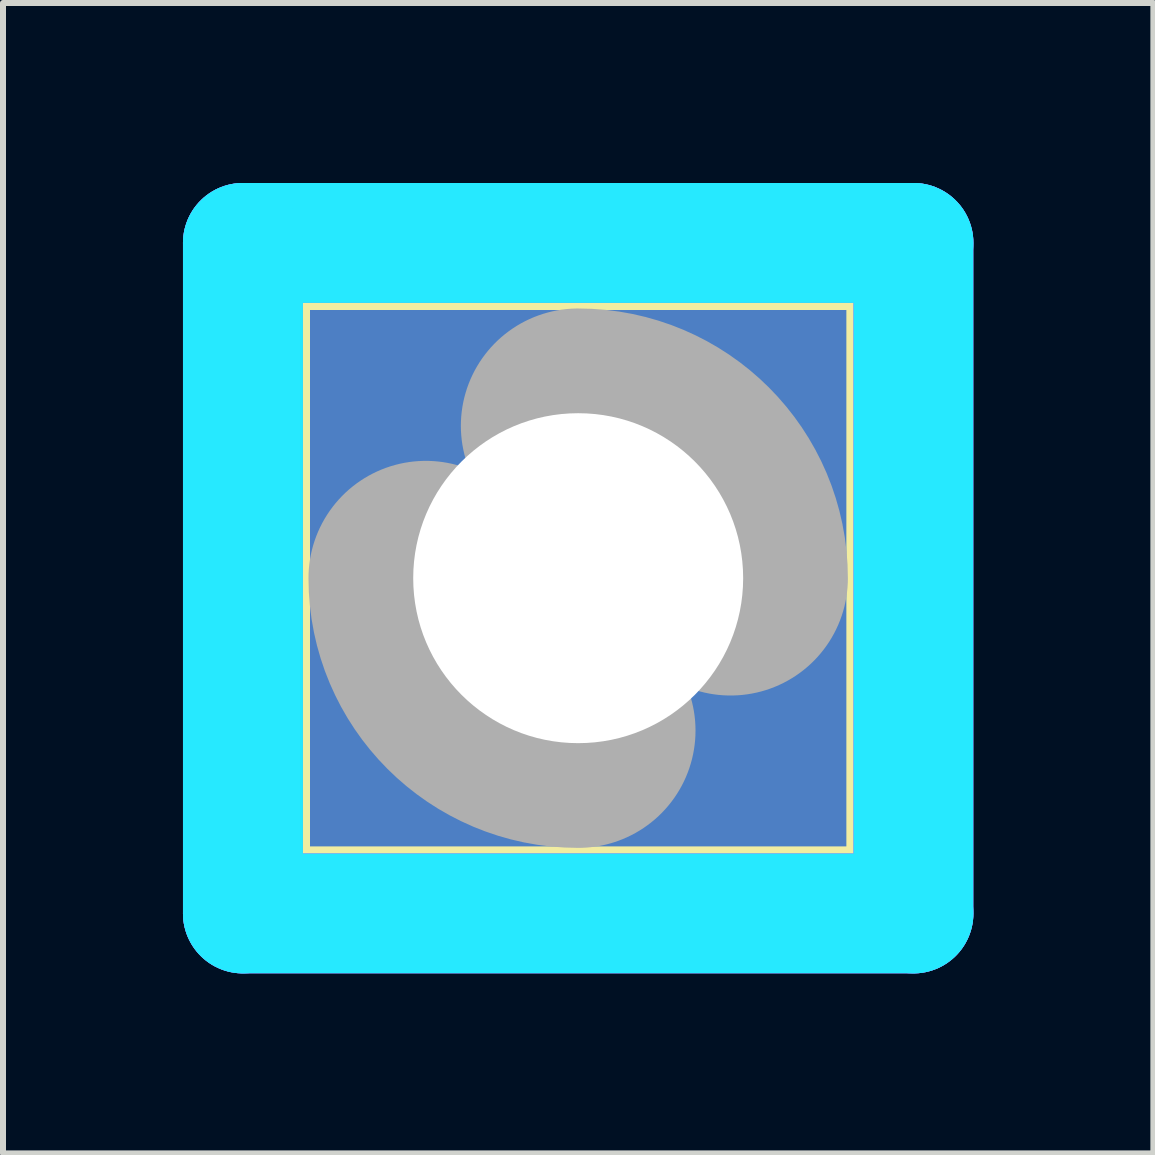
<source format=kicad_pcb>
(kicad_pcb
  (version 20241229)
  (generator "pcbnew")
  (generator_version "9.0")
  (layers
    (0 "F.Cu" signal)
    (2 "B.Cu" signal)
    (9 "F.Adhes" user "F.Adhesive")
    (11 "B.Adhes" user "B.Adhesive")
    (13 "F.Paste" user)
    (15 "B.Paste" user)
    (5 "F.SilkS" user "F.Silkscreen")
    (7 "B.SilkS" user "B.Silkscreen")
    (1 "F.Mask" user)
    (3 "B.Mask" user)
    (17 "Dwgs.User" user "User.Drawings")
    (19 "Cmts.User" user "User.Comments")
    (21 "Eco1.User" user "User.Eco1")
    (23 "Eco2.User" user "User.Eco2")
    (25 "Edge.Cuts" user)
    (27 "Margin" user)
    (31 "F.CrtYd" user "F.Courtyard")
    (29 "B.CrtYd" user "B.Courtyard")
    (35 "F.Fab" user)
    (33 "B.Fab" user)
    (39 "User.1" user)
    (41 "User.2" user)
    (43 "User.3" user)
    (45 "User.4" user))
  (footprint "footprint"
    (layer "F.Cu")
    (at 6.588 6.588)
    (property "Reference" "footprint" (at 0 0 0) (layer "F.SilkS") (effects (font (size 1.27 1.27) (thickness 0.15))))
    (fp_line (start -4.572 -4.572) (end 4.572 -4.572) (stroke (width 0.203) (type solid)) (layer "F.SilkS"))
    (fp_line (start -4.572 4.572) (end -4.572 -4.572) (stroke (width 0.203) (type solid)) (layer "F.SilkS"))
    (fp_line (start 4.572 -4.572) (end 4.572 4.572) (stroke (width 0.203) (type solid)) (layer "F.SilkS"))
    (fp_line (start 4.572 4.572) (end -4.572 4.572) (stroke (width 0.203) (type solid)) (layer "F.SilkS"))
    (fp_line (start -5.588 -5.588) (end 5.588 -5.588) (stroke (width 2) (type solid)) (layer "B.CrtYd"))
    (fp_line (start -5.588 5.588) (end -5.588 -5.588) (stroke (width 2) (type solid)) (layer "B.CrtYd"))
    (fp_line (start 5.588 -5.588) (end 5.588 5.588) (stroke (width 2) (type solid)) (layer "B.CrtYd"))
    (fp_line (start 5.588 5.588) (end -5.588 5.588) (stroke (width 2) (type solid)) (layer "B.CrtYd"))
    (fp_line (start -5.588 -5.588) (end 5.588 -5.588) (stroke (width 2) (type solid)) (layer "F.CrtYd"))
    (fp_line (start -5.588 5.588) (end -5.588 -5.588) (stroke (width 2) (type solid)) (layer "F.CrtYd"))
    (fp_line (start 5.588 -5.588) (end 5.588 5.588) (stroke (width 2) (type solid)) (layer "F.CrtYd"))
    (fp_line (start 5.588 5.588) (end -5.588 5.588) (stroke (width 2) (type solid)) (layer "F.CrtYd"))
    (fp_arc (start 0 -2.54) (mid 1.796051 -1.796051) (end 2.54 0) (stroke (width 3.9116) (type solid)) (layer "F.Fab"))
    (fp_arc (start 0 2.54) (mid -1.796051 1.796051) (end -2.54 0) (stroke (width 3.9116) (type solid)) (layer "F.Fab"))
    (fp_circle (center 0 0) (end 0.762 0) (stroke (width 0.457) (type solid)) (fill no) (layer "F.Fab"))
    (pad "B5,5" thru_hole rect (at 0 0) (size 9 9) (drill 5.5) (layers "*.Cu" "*.Mask")))
  (gr_rect
    (start -3 -3)
    (end 16.176 16.176)
    (stroke (width 0.1) (type default))
    (fill no)
    (layer "Edge.Cuts")))
</source>
